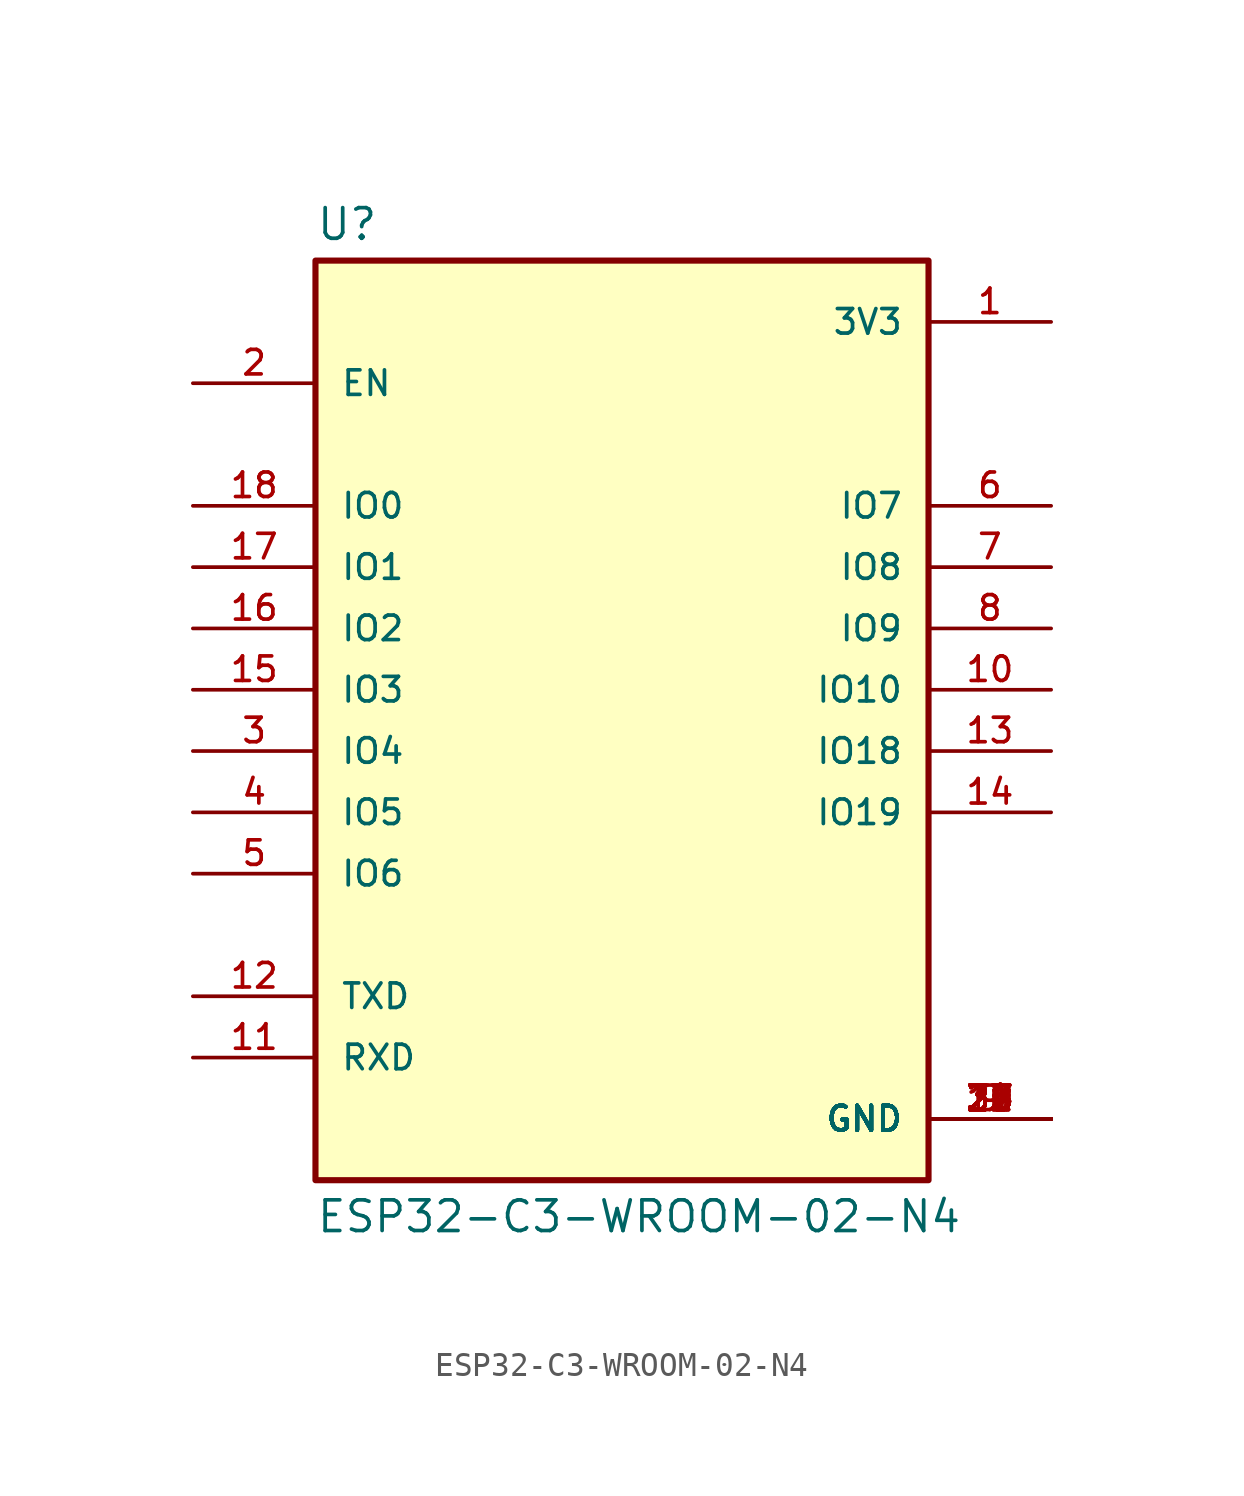
<source format=kicad_sym>
(kicad_symbol_lib
  (version 20220914)
  (generator kicad_symbol_editor)
  (symbol "ESP32-C3-WROOM-02-N4"
    (pin_names
      (offset 1.016))
    (property "Reference" "U"
      (at -12.7 21.082 0)
      (effects (font (size 1.27 1.27)) (justify left bottom)))
    (property "Value" "ESP32-C3-WROOM-02-N4"
      (at -12.7 -18.542 0)
      (effects (font (size 1.27 1.27)) (justify left top)))
    (symbol "ESP32-C3-WROOM-02-N4_0_0"
      (rectangle (start -12.7 20.32) (end 12.7 -17.78) (stroke (width 0.254) (type default)) (fill (type background)))
      (pin power_in line (at 17.78 17.78 180) (length 5.08) (name "3V3" (effects (font (size 1.016 1.016)))) (number "1" (effects (font (size 1.016 1.016)))))
      (pin bidirectional line (at 17.78 2.54 180) (length 5.08) (name "IO10" (effects (font (size 1.016 1.016)))) (number "10" (effects (font (size 1.016 1.016)))))
      (pin input line (at -17.78 -12.7 0) (length 5.08) (name "RXD" (effects (font (size 1.016 1.016)))) (number "11" (effects (font (size 1.016 1.016)))))
      (pin output line (at -17.78 -10.16 0) (length 5.08) (name "TXD" (effects (font (size 1.016 1.016)))) (number "12" (effects (font (size 1.016 1.016)))))
      (pin bidirectional line (at 17.78 0 180) (length 5.08) (name "IO18" (effects (font (size 1.016 1.016)))) (number "13" (effects (font (size 1.016 1.016)))))
      (pin bidirectional line (at 17.78 -2.54 180) (length 5.08) (name "IO19" (effects (font (size 1.016 1.016)))) (number "14" (effects (font (size 1.016 1.016)))))
      (pin bidirectional line (at -17.78 2.54 0) (length 5.08) (name "IO3" (effects (font (size 1.016 1.016)))) (number "15" (effects (font (size 1.016 1.016)))))
      (pin bidirectional line (at -17.78 5.08 0) (length 5.08) (name "IO2" (effects (font (size 1.016 1.016)))) (number "16" (effects (font (size 1.016 1.016)))))
      (pin bidirectional line (at -17.78 7.62 0) (length 5.08) (name "IO1" (effects (font (size 1.016 1.016)))) (number "17" (effects (font (size 1.016 1.016)))))
      (pin bidirectional line (at -17.78 10.16 0) (length 5.08) (name "IO0" (effects (font (size 1.016 1.016)))) (number "18" (effects (font (size 1.016 1.016)))))
      (pin power_in line (at 17.78 -15.24 180) (length 5.08) (name "GND" (effects (font (size 1.016 1.016)))) (number "19" (effects (font (size 1.016 1.016)))))
      (pin input line (at -17.78 15.24 0) (length 5.08) (name "EN" (effects (font (size 1.016 1.016)))) (number "2" (effects (font (size 1.016 1.016)))))
      (pin power_in line (at 17.78 -15.24 180) (length 5.08) (name "GND" (effects (font (size 1.016 1.016)))) (number "20" (effects (font (size 1.016 1.016)))))
      (pin power_in line (at 17.78 -15.24 180) (length 5.08) (name "GND" (effects (font (size 1.016 1.016)))) (number "21" (effects (font (size 1.016 1.016)))))
      (pin power_in line (at 17.78 -15.24 180) (length 5.08) (name "GND" (effects (font (size 1.016 1.016)))) (number "22" (effects (font (size 1.016 1.016)))))
      (pin power_in line (at 17.78 -15.24 180) (length 5.08) (name "GND" (effects (font (size 1.016 1.016)))) (number "23" (effects (font (size 1.016 1.016)))))
      (pin power_in line (at 17.78 -15.24 180) (length 5.08) (name "GND" (effects (font (size 1.016 1.016)))) (number "24" (effects (font (size 1.016 1.016)))))
      (pin power_in line (at 17.78 -15.24 180) (length 5.08) (name "GND" (effects (font (size 1.016 1.016)))) (number "25" (effects (font (size 1.016 1.016)))))
      (pin power_in line (at 17.78 -15.24 180) (length 5.08) (name "GND" (effects (font (size 1.016 1.016)))) (number "26" (effects (font (size 1.016 1.016)))))
      (pin power_in line (at 17.78 -15.24 180) (length 5.08) (name "GND" (effects (font (size 1.016 1.016)))) (number "27" (effects (font (size 1.016 1.016)))))
      (pin power_in line (at 17.78 -15.24 180) (length 5.08) (name "GND" (effects (font (size 1.016 1.016)))) (number "28" (effects (font (size 1.016 1.016)))))
      (pin power_in line (at 17.78 -15.24 180) (length 5.08) (name "GND" (effects (font (size 1.016 1.016)))) (number "29" (effects (font (size 1.016 1.016)))))
      (pin bidirectional line (at -17.78 0 0) (length 5.08) (name "IO4" (effects (font (size 1.016 1.016)))) (number "3" (effects (font (size 1.016 1.016)))))
      (pin power_in line (at 17.78 -15.24 180) (length 5.08) (name "GND" (effects (font (size 1.016 1.016)))) (number "30" (effects (font (size 1.016 1.016)))))
      (pin power_in line (at 17.78 -15.24 180) (length 5.08) (name "GND" (effects (font (size 1.016 1.016)))) (number "31" (effects (font (size 1.016 1.016)))))
      (pin power_in line (at 17.78 -15.24 180) (length 5.08) (name "GND" (effects (font (size 1.016 1.016)))) (number "32" (effects (font (size 1.016 1.016)))))
      (pin power_in line (at 17.78 -15.24 180) (length 5.08) (name "GND" (effects (font (size 1.016 1.016)))) (number "33" (effects (font (size 1.016 1.016)))))
      (pin power_in line (at 17.78 -15.24 180) (length 5.08) (name "GND" (effects (font (size 1.016 1.016)))) (number "34" (effects (font (size 1.016 1.016)))))
      (pin power_in line (at 17.78 -15.24 180) (length 5.08) (name "GND" (effects (font (size 1.016 1.016)))) (number "35" (effects (font (size 1.016 1.016)))))
      (pin power_in line (at 17.78 -15.24 180) (length 5.08) (name "GND" (effects (font (size 1.016 1.016)))) (number "36" (effects (font (size 1.016 1.016)))))
      (pin power_in line (at 17.78 -15.24 180) (length 5.08) (name "GND" (effects (font (size 1.016 1.016)))) (number "37" (effects (font (size 1.016 1.016)))))
      (pin power_in line (at 17.78 -15.24 180) (length 5.08) (name "GND" (effects (font (size 1.016 1.016)))) (number "38" (effects (font (size 1.016 1.016)))))
      (pin power_in line (at 17.78 -15.24 180) (length 5.08) (name "GND" (effects (font (size 1.016 1.016)))) (number "39" (effects (font (size 1.016 1.016)))))
      (pin bidirectional line (at -17.78 -2.54 0) (length 5.08) (name "IO5" (effects (font (size 1.016 1.016)))) (number "4" (effects (font (size 1.016 1.016)))))
      (pin bidirectional line (at -17.78 -5.08 0) (length 5.08) (name "IO6" (effects (font (size 1.016 1.016)))) (number "5" (effects (font (size 1.016 1.016)))))
      (pin bidirectional line (at 17.78 10.16 180) (length 5.08) (name "IO7" (effects (font (size 1.016 1.016)))) (number "6" (effects (font (size 1.016 1.016)))))
      (pin bidirectional line (at 17.78 7.62 180) (length 5.08) (name "IO8" (effects (font (size 1.016 1.016)))) (number "7" (effects (font (size 1.016 1.016)))))
      (pin bidirectional line (at 17.78 5.08 180) (length 5.08) (name "IO9" (effects (font (size 1.016 1.016)))) (number "8" (effects (font (size 1.016 1.016)))))
      (pin power_in line (at 17.78 -15.24 180) (length 5.08) (name "GND" (effects (font (size 1.016 1.016)))) (number "9" (effects (font (size 1.016 1.016))))))))
</source>
